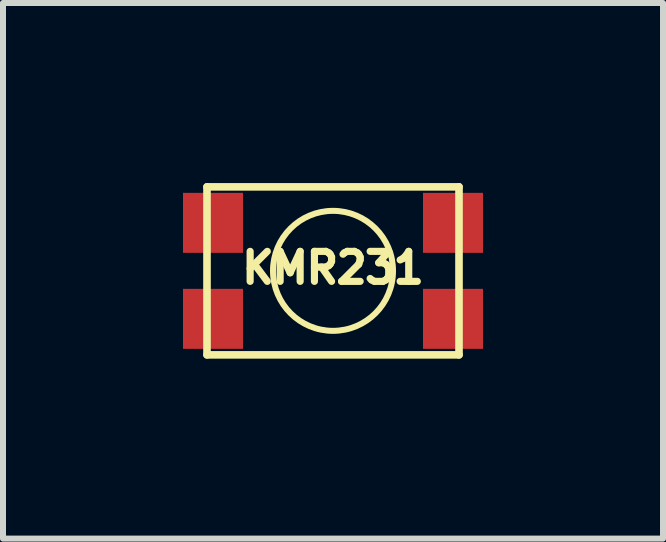
<source format=kicad_pcb>
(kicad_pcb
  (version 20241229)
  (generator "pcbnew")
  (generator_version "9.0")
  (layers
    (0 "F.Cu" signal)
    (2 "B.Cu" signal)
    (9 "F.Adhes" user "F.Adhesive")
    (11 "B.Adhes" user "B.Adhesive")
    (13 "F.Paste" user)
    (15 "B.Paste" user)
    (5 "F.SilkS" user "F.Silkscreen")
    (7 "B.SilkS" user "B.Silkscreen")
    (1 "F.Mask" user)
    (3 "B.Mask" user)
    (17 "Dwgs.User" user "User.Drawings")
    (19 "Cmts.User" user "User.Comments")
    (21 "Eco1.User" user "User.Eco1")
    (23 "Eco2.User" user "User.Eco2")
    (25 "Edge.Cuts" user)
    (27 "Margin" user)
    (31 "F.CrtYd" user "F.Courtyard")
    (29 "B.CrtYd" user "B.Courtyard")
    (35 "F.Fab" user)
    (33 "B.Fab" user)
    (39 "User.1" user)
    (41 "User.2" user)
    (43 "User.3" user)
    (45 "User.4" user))
  (footprint "KMR231"
    (layer "F.Cu")
    (at 2.5 1.464)
    (property "Reference" "KMR231" (at 0 -0.05 0) (layer "F.SilkS") (effects (font (size 0.5 0.5) (thickness 0.119))))
    (attr through_hole)
    (fp_line (start -2.1 1.4) (end -2.1 -1.4) (stroke (width 0.127) (type solid)) (layer "F.SilkS"))
    (fp_line (start 2.1 -1.4) (end -2.1 -1.4) (stroke (width 0.127) (type solid)) (layer "F.SilkS"))
    (fp_line (start 2.1 1.4) (end -2.1 1.4) (stroke (width 0.127) (type solid)) (layer "F.SilkS"))
    (fp_line (start 2.1 1.4) (end 2.1 -1.4) (stroke (width 0.127) (type solid)) (layer "F.SilkS"))
    (fp_circle (center 0 0) (end 1 0) (stroke (width 0.1) (type solid)) (fill no) (layer "F.SilkS"))
    (pad "1" smd rect (at -2 -0.8) (size 1 1) (layers "F.Cu" "F.Mask" "F.Paste"))
    (pad "1" smd rect (at 2 -0.8) (size 1 1) (layers "F.Cu" "F.Mask" "F.Paste"))
    (pad "2" smd rect (at -2 0.8) (size 1 1) (layers "F.Cu" "F.Mask" "F.Paste"))
    (pad "2" smd rect (at 2 0.8) (size 1 1) (layers "F.Cu" "F.Mask" "F.Paste")))
  (gr_rect
    (start -3 -3)
    (end 8 5.927)
    (stroke (width 0.1) (type default))
    (fill no)
    (layer "Edge.Cuts")))
</source>
